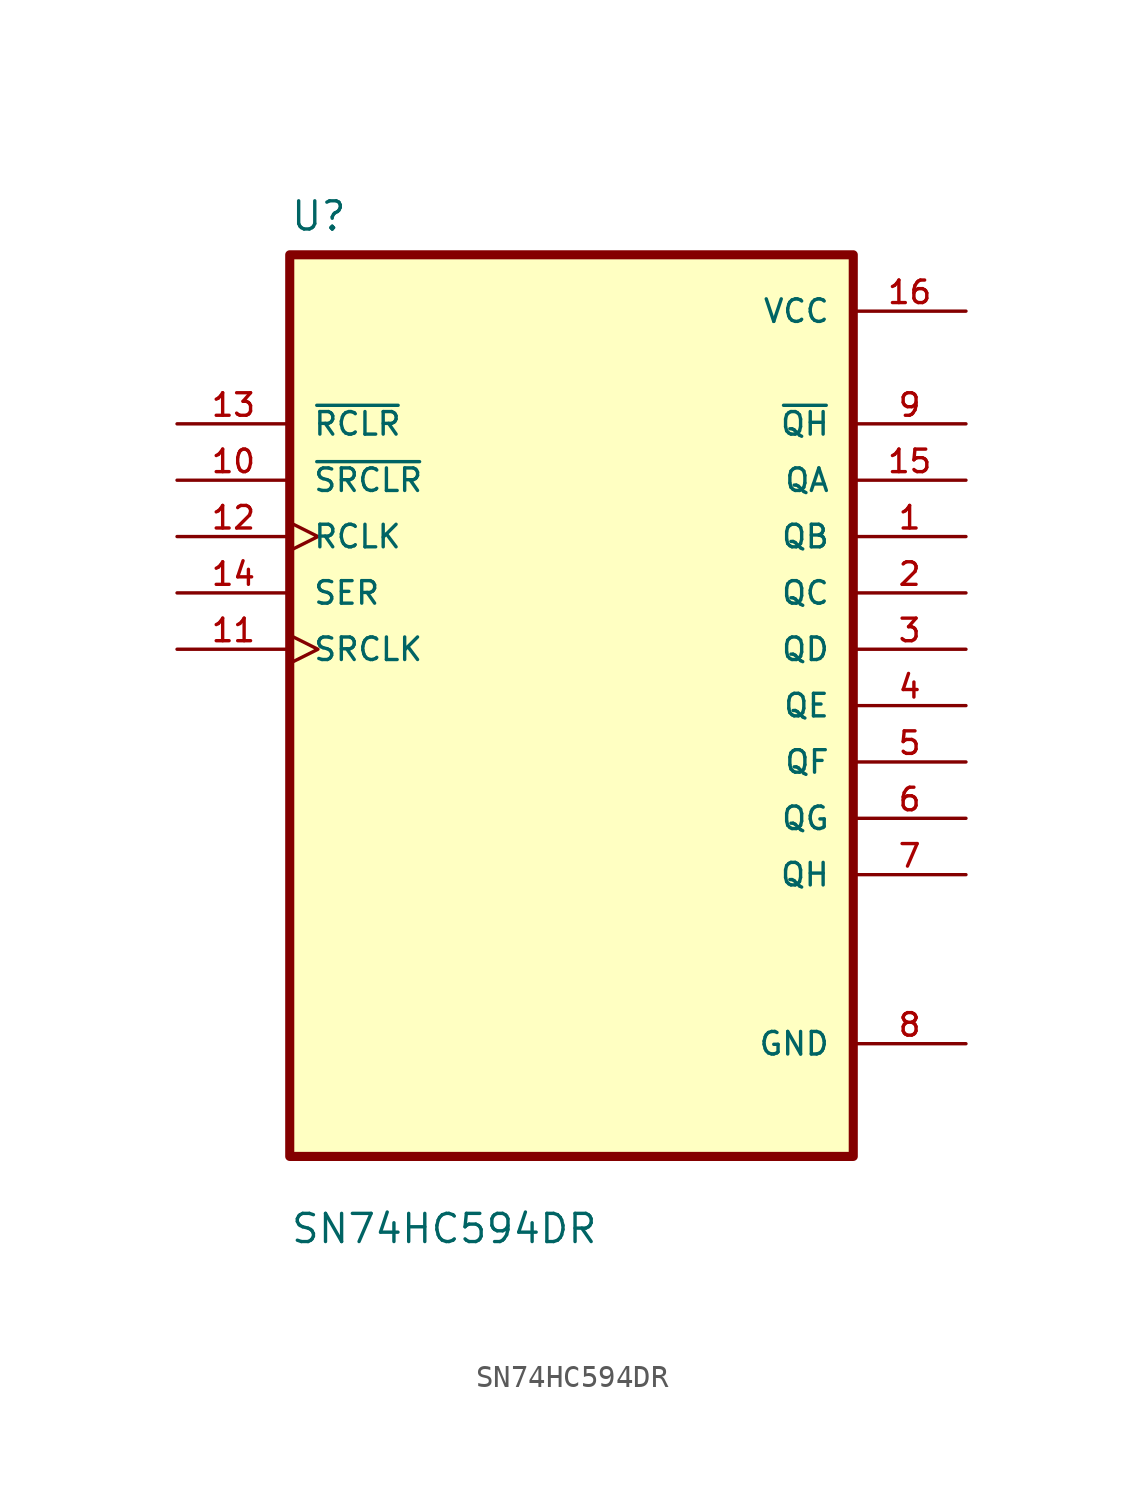
<source format=kicad_sym>
(kicad_symbol_lib
  (version 20211014)
  (generator kicad_symbol_editor)
  (symbol "SN74HC594DR"
    (pin_names
      (offset 1.016))
    (property "Reference" "U"
      (at -12.7 21.32 0.0)
      (effects (font (size 1.27 1.27)) (justify bottom left)))
    (property "Value" "SN74HC594DR"
      (at -12.7 -24.32 0.0)
      (effects (font (size 1.27 1.27)) (justify bottom left)))
    (symbol "SN74HC594DR_0_0"
      (rectangle (start -12.7 -20.32) (end 12.7 20.32) (stroke (width 0.41)) (fill (type background)))
      (pin input line (at -17.78 12.7 0) (length 5.08) (name "~{RCLR}" (effects (font (size 1.016 1.016)))) (number "13" (effects (font (size 1.016 1.016)))))
      (pin input line (at -17.78 10.16 0) (length 5.08) (name "~{SRCLR}" (effects (font (size 1.016 1.016)))) (number "10" (effects (font (size 1.016 1.016)))))
      (pin input clock (at -17.78 7.62 0) (length 5.08) (name "RCLK" (effects (font (size 1.016 1.016)))) (number "12" (effects (font (size 1.016 1.016)))))
      (pin input line (at -17.78 5.08 0) (length 5.08) (name "SER" (effects (font (size 1.016 1.016)))) (number "14" (effects (font (size 1.016 1.016)))))
      (pin input clock (at -17.78 2.54 0) (length 5.08) (name "SRCLK" (effects (font (size 1.016 1.016)))) (number "11" (effects (font (size 1.016 1.016)))))
      (pin power_in line (at 17.78 17.78 180.0) (length 5.08) (name "VCC" (effects (font (size 1.016 1.016)))) (number "16" (effects (font (size 1.016 1.016)))))
      (pin output line (at 17.78 12.7 180.0) (length 5.08) (name "~{QH}" (effects (font (size 1.016 1.016)))) (number "9" (effects (font (size 1.016 1.016)))))
      (pin output line (at 17.78 10.16 180.0) (length 5.08) (name "QA" (effects (font (size 1.016 1.016)))) (number "15" (effects (font (size 1.016 1.016)))))
      (pin output line (at 17.78 7.62 180.0) (length 5.08) (name "QB" (effects (font (size 1.016 1.016)))) (number "1" (effects (font (size 1.016 1.016)))))
      (pin output line (at 17.78 5.08 180.0) (length 5.08) (name "QC" (effects (font (size 1.016 1.016)))) (number "2" (effects (font (size 1.016 1.016)))))
      (pin output line (at 17.78 2.54 180.0) (length 5.08) (name "QD" (effects (font (size 1.016 1.016)))) (number "3" (effects (font (size 1.016 1.016)))))
      (pin output line (at 17.78 0.0 180.0) (length 5.08) (name "QE" (effects (font (size 1.016 1.016)))) (number "4" (effects (font (size 1.016 1.016)))))
      (pin output line (at 17.78 -2.54 180.0) (length 5.08) (name "QF" (effects (font (size 1.016 1.016)))) (number "5" (effects (font (size 1.016 1.016)))))
      (pin output line (at 17.78 -5.08 180.0) (length 5.08) (name "QG" (effects (font (size 1.016 1.016)))) (number "6" (effects (font (size 1.016 1.016)))))
      (pin output line (at 17.78 -7.62 180.0) (length 5.08) (name "QH" (effects (font (size 1.016 1.016)))) (number "7" (effects (font (size 1.016 1.016)))))
      (pin power_in line (at 17.78 -15.24 180.0) (length 5.08) (name "GND" (effects (font (size 1.016 1.016)))) (number "8" (effects (font (size 1.016 1.016))))))))
</source>
